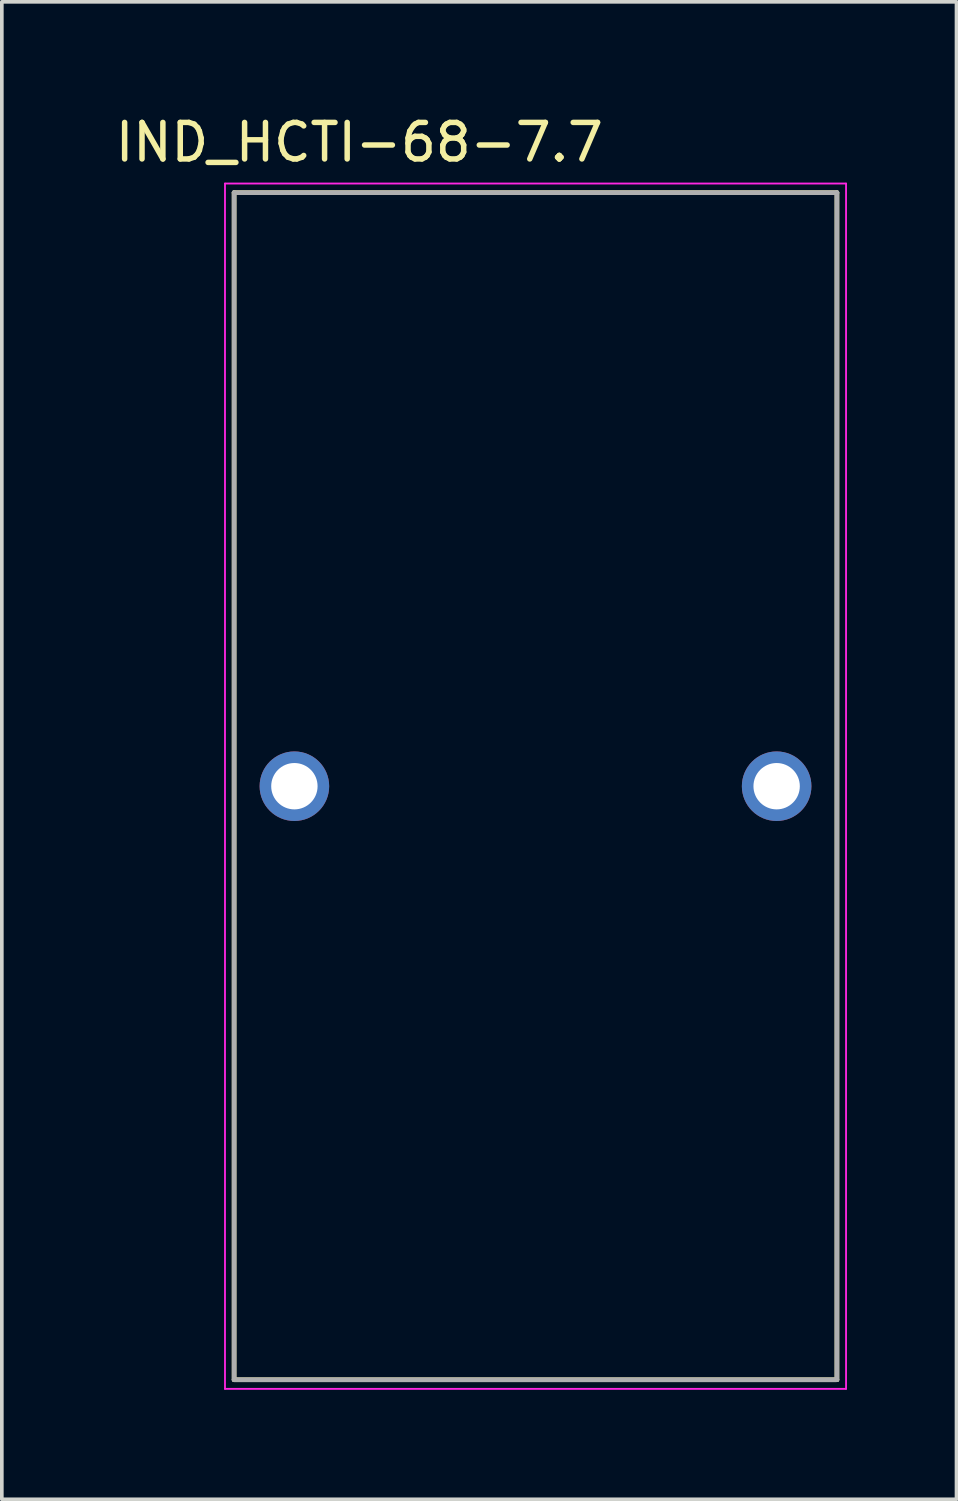
<source format=kicad_pcb>
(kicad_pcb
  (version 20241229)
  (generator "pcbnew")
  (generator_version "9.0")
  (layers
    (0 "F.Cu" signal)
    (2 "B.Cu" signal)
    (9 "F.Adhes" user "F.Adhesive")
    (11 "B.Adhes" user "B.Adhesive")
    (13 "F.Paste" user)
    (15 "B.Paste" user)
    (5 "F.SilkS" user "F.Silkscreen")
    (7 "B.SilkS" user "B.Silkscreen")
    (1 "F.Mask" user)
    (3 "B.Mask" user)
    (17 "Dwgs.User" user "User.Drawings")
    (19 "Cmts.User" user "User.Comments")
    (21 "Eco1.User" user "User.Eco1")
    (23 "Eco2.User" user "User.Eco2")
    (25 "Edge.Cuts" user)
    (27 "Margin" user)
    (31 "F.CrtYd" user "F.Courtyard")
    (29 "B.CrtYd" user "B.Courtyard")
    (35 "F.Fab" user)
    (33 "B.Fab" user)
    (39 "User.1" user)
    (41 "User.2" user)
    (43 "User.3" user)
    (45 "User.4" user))
  (footprint "IND_HCTI-68-7.7"
    (layer "F.Cu")
    (at 11.617 18.483)
    (property "Reference" "IND_HCTI-68-7.7" (at -4.825 -17.635 0) (layer "F.SilkS") (effects (font (size 1 1) (thickness 0.15))))
    (attr through_hole)
    (fp_line (start -8.255 -16.256) (end 8.255 -16.256) (stroke (width 0.127) (type solid)) (layer "F.SilkS"))
    (fp_line (start -8.255 16.256) (end -8.255 -16.256) (stroke (width 0.127) (type solid)) (layer "F.SilkS"))
    (fp_line (start 8.255 -16.256) (end 8.255 16.256) (stroke (width 0.127) (type solid)) (layer "F.SilkS"))
    (fp_line (start 8.255 16.256) (end -8.255 16.256) (stroke (width 0.127) (type solid)) (layer "F.SilkS"))
    (fp_line (start -8.505 -16.506) (end 8.505 -16.506) (stroke (width 0.05) (type solid)) (layer "F.CrtYd"))
    (fp_line (start -8.505 16.506) (end -8.505 -16.506) (stroke (width 0.05) (type solid)) (layer "F.CrtYd"))
    (fp_line (start 8.505 -16.506) (end 8.505 16.506) (stroke (width 0.05) (type solid)) (layer "F.CrtYd"))
    (fp_line (start 8.505 16.506) (end -8.505 16.506) (stroke (width 0.05) (type solid)) (layer "F.CrtYd"))
    (fp_line (start -8.255 -16.256) (end 8.255 -16.256) (stroke (width 0.127) (type solid)) (layer "F.Fab"))
    (fp_line (start -8.255 16.256) (end -8.255 -16.256) (stroke (width 0.127) (type solid)) (layer "F.Fab"))
    (fp_line (start 8.255 -16.256) (end 8.255 16.256) (stroke (width 0.127) (type solid)) (layer "F.Fab"))
    (fp_line (start 8.255 16.256) (end -8.255 16.256) (stroke (width 0.127) (type solid)) (layer "F.Fab"))
    (pad "1" thru_hole circle (at -6.604 0) (size 1.905 1.905) (drill 1.27) (layers "*.Cu" "*.Mask"))
    (pad "2" thru_hole circle (at 6.604 0) (size 1.905 1.905) (drill 1.27) (layers "*.Cu" "*.Mask")))
  (gr_rect
    (start -3 -3)
    (end 23.147 38.014)
    (stroke (width 0.1) (type default))
    (fill no)
    (layer "Edge.Cuts")))
</source>
